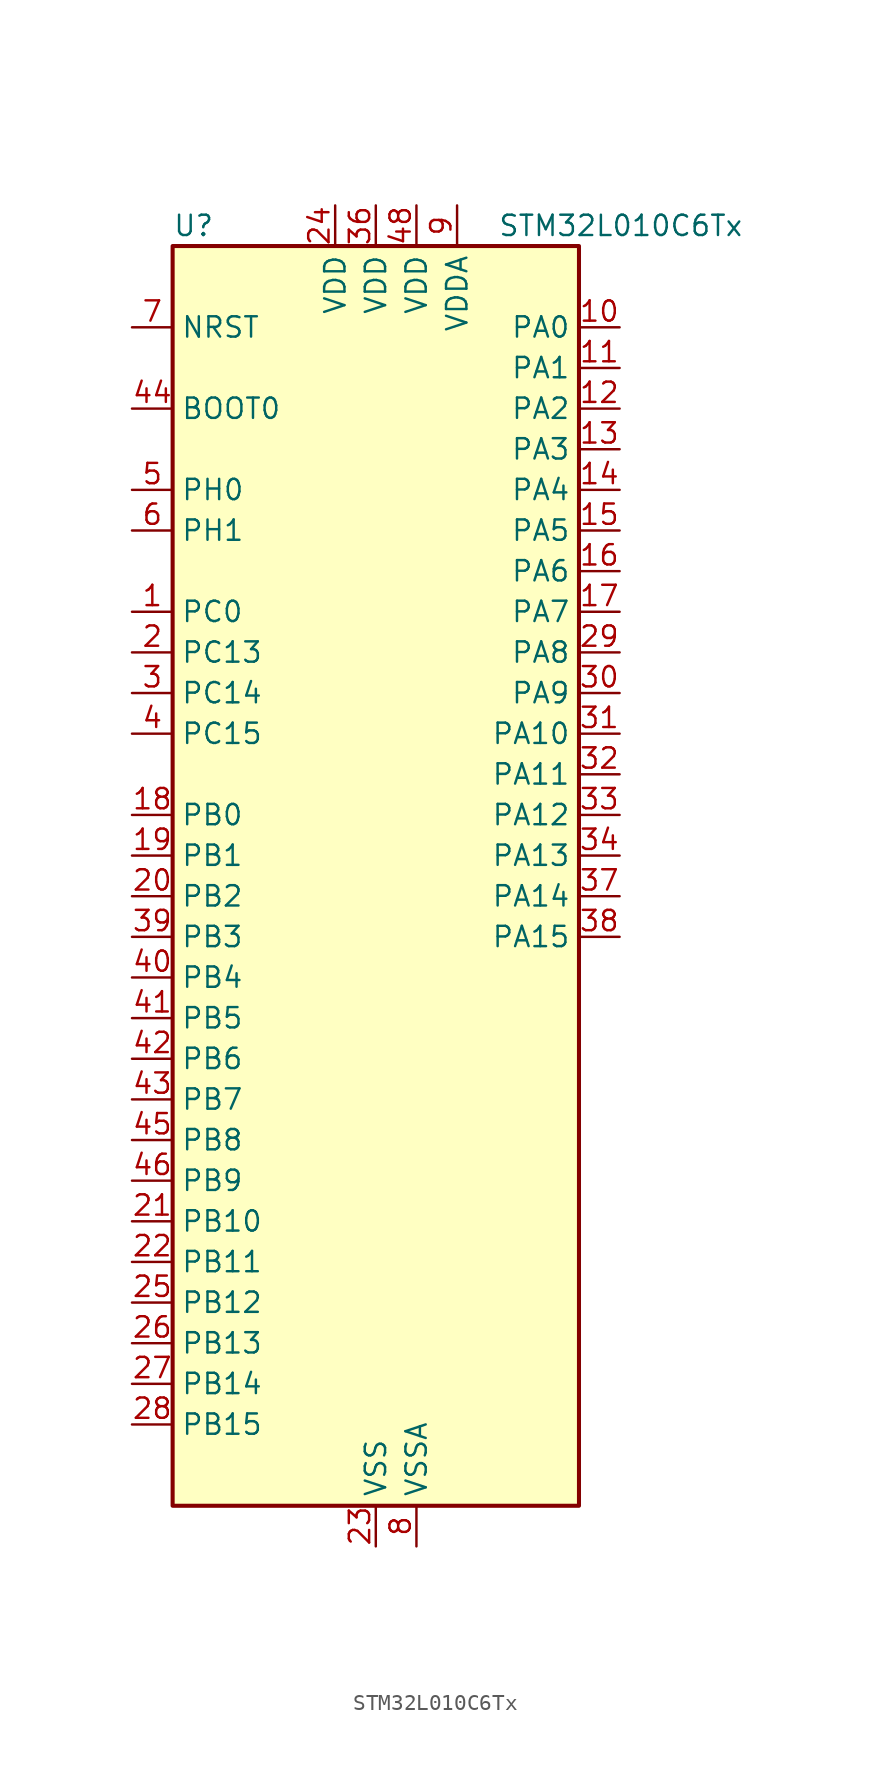
<source format=kicad_sym>
(kicad_symbol_lib
  (version 20241209)
  (generator "kicad_symbol_editor")
  (generator_version "9.0")
  (symbol "STM32L010C6Tx"
    (property "Reference" "U"
      (at -12.7 41.91 0)
      (effects (font (size 1.27 1.27)) (justify left)))
    (property "Value" "STM32L010C6Tx"
      (at 7.62 41.91 0)
      (effects (font (size 1.27 1.27)) (justify left)))
    (symbol "STM32L010C6Tx_0_1"
      (rectangle (start -12.7 -38.1) (end 12.7 40.64) (stroke (width 0.254) (type default)) (fill (type background))))
    (symbol "STM32L010C6Tx_1_1"
      (pin input line (at -15.24 35.56 0) (length 2.54) (name "NRST" (effects (font (size 1.27 1.27)))) (number "7" (effects (font (size 1.27 1.27)))))
      (pin input line (at -15.24 30.48 0) (length 2.54) (name "BOOT0" (effects (font (size 1.27 1.27)))) (number "44" (effects (font (size 1.27 1.27)))))
      (pin bidirectional line (at -15.24 25.4 0) (length 2.54) (name "PH0" (effects (font (size 1.27 1.27)))) (number "5" (effects (font (size 1.27 1.27)))) (alternate "RCC_OSC_IN" bidirectional line))
      (pin bidirectional line (at -15.24 22.86 0) (length 2.54) (name "PH1" (effects (font (size 1.27 1.27)))) (number "6" (effects (font (size 1.27 1.27)))) (alternate "RCC_OSC_OUT" bidirectional line))
      (pin bidirectional line (at -15.24 17.78 0) (length 2.54) (name "PC0" (effects (font (size 1.27 1.27)))) (number "1" (effects (font (size 1.27 1.27)))) (alternate "LPTIM1_IN1" bidirectional line) (alternate "LPUART1_RX" bidirectional line))
      (pin bidirectional line (at -15.24 15.24 0) (length 2.54) (name "PC13" (effects (font (size 1.27 1.27)))) (number "2" (effects (font (size 1.27 1.27)))) (alternate "RTC_TAMP1" bidirectional line) (alternate "SYS_WKUP2" bidirectional line))
      (pin bidirectional line (at -15.24 12.7 0) (length 2.54) (name "PC14" (effects (font (size 1.27 1.27)))) (number "3" (effects (font (size 1.27 1.27)))) (alternate "RCC_OSC32_IN" bidirectional line))
      (pin bidirectional line (at -15.24 10.16 0) (length 2.54) (name "PC15" (effects (font (size 1.27 1.27)))) (number "4" (effects (font (size 1.27 1.27)))) (alternate "RCC_OSC32_OUT" bidirectional line))
      (pin bidirectional line (at -15.24 5.08 0) (length 2.54) (name "PB0" (effects (font (size 1.27 1.27)))) (number "18" (effects (font (size 1.27 1.27)))) (alternate "ADC_IN8" bidirectional line) (alternate "SPI1_MISO" bidirectional line) (alternate "SYS_VREF_OUT_PB0" bidirectional line) (alternate "TIM2_CH3" bidirectional line) (alternate "USART2_DE" bidirectional line) (alternate "USART2_RTS" bidirectional line))
      (pin bidirectional line (at -15.24 2.54 0) (length 2.54) (name "PB1" (effects (font (size 1.27 1.27)))) (number "19" (effects (font (size 1.27 1.27)))) (alternate "ADC_IN9" bidirectional line) (alternate "LPUART1_DE" bidirectional line) (alternate "LPUART1_RTS" bidirectional line) (alternate "SPI1_MOSI" bidirectional line) (alternate "SYS_VREF_OUT_PB1" bidirectional line) (alternate "TIM2_CH4" bidirectional line) (alternate "USART2_CK" bidirectional line))
      (pin bidirectional line (at -15.24 0 0) (length 2.54) (name "PB2" (effects (font (size 1.27 1.27)))) (number "20" (effects (font (size 1.27 1.27)))) (alternate "LPTIM1_OUT" bidirectional line))
      (pin bidirectional line (at -15.24 -2.54 0) (length 2.54) (name "PB3" (effects (font (size 1.27 1.27)))) (number "39" (effects (font (size 1.27 1.27)))) (alternate "SPI1_SCK" bidirectional line) (alternate "TIM2_CH2" bidirectional line))
      (pin bidirectional line (at -15.24 -5.08 0) (length 2.54) (name "PB4" (effects (font (size 1.27 1.27)))) (number "40" (effects (font (size 1.27 1.27)))) (alternate "SPI1_MISO" bidirectional line))
      (pin bidirectional line (at -15.24 -7.62 0) (length 2.54) (name "PB5" (effects (font (size 1.27 1.27)))) (number "41" (effects (font (size 1.27 1.27)))) (alternate "I2C1_SMBA" bidirectional line) (alternate "LPTIM1_IN1" bidirectional line) (alternate "SPI1_MOSI" bidirectional line))
      (pin bidirectional line (at -15.24 -10.16 0) (length 2.54) (name "PB6" (effects (font (size 1.27 1.27)))) (number "42" (effects (font (size 1.27 1.27)))) (alternate "I2C1_SCL" bidirectional line) (alternate "LPTIM1_ETR" bidirectional line) (alternate "TIM21_CH1" bidirectional line) (alternate "USART2_TX" bidirectional line))
      (pin bidirectional line (at -15.24 -12.7 0) (length 2.54) (name "PB7" (effects (font (size 1.27 1.27)))) (number "43" (effects (font (size 1.27 1.27)))) (alternate "I2C1_SDA" bidirectional line) (alternate "LPTIM1_IN2" bidirectional line) (alternate "SYS_PVD_IN" bidirectional line) (alternate "USART2_RX" bidirectional line))
      (pin bidirectional line (at -15.24 -15.24 0) (length 2.54) (name "PB8" (effects (font (size 1.27 1.27)))) (number "45" (effects (font (size 1.27 1.27)))) (alternate "I2C1_SCL" bidirectional line))
      (pin bidirectional line (at -15.24 -17.78 0) (length 2.54) (name "PB9" (effects (font (size 1.27 1.27)))) (number "46" (effects (font (size 1.27 1.27)))) (alternate "I2C1_SDA" bidirectional line))
      (pin bidirectional line (at -15.24 -20.32 0) (length 2.54) (name "PB10" (effects (font (size 1.27 1.27)))) (number "21" (effects (font (size 1.27 1.27)))) (alternate "LPUART1_TX" bidirectional line) (alternate "TIM2_CH3" bidirectional line))
      (pin bidirectional line (at -15.24 -22.86 0) (length 2.54) (name "PB11" (effects (font (size 1.27 1.27)))) (number "22" (effects (font (size 1.27 1.27)))) (alternate "ADC_EXTI11" bidirectional line) (alternate "LPUART1_RX" bidirectional line) (alternate "TIM2_CH4" bidirectional line))
      (pin bidirectional line (at -15.24 -25.4 0) (length 2.54) (name "PB12" (effects (font (size 1.27 1.27)))) (number "25" (effects (font (size 1.27 1.27)))) (alternate "SPI1_NSS" bidirectional line))
      (pin bidirectional line (at -15.24 -27.94 0) (length 2.54) (name "PB13" (effects (font (size 1.27 1.27)))) (number "26" (effects (font (size 1.27 1.27)))) (alternate "LPUART1_CTS" bidirectional line) (alternate "RCC_MCO" bidirectional line) (alternate "SPI1_SCK" bidirectional line) (alternate "TIM21_CH1" bidirectional line))
      (pin bidirectional line (at -15.24 -30.48 0) (length 2.54) (name "PB14" (effects (font (size 1.27 1.27)))) (number "27" (effects (font (size 1.27 1.27)))) (alternate "LPUART1_DE" bidirectional line) (alternate "LPUART1_RTS" bidirectional line) (alternate "RTC_OUT_ALARM" bidirectional line) (alternate "RTC_OUT_CALIB" bidirectional line) (alternate "SPI1_MISO" bidirectional line) (alternate "TIM21_CH2" bidirectional line))
      (pin bidirectional line (at -15.24 -33.02 0) (length 2.54) (name "PB15" (effects (font (size 1.27 1.27)))) (number "28" (effects (font (size 1.27 1.27)))) (alternate "RTC_REFIN" bidirectional line) (alternate "SPI1_MOSI" bidirectional line))
      (pin power_in line (at -2.54 43.18 270) (length 2.54) (name "VDD" (effects (font (size 1.27 1.27)))) (number "24" (effects (font (size 1.27 1.27)))))
      (pin power_in line (at 0 43.18 270) (length 2.54) (name "VDD" (effects (font (size 1.27 1.27)))) (number "36" (effects (font (size 1.27 1.27)))))
      (pin power_in line (at 0 -40.64 90) (length 2.54) (name "VSS" (effects (font (size 1.27 1.27)))) (number "23" (effects (font (size 1.27 1.27)))))
      (pin passive line (at 0 -40.64 90) (length 2.54) (hide yes) (name "VSS" (effects (font (size 1.27 1.27)))) (number "35" (effects (font (size 1.27 1.27)))))
      (pin passive line (at 0 -40.64 90) (length 2.54) (hide yes) (name "VSS" (effects (font (size 1.27 1.27)))) (number "47" (effects (font (size 1.27 1.27)))))
      (pin power_in line (at 2.54 43.18 270) (length 2.54) (name "VDD" (effects (font (size 1.27 1.27)))) (number "48" (effects (font (size 1.27 1.27)))))
      (pin power_in line (at 2.54 -40.64 90) (length 2.54) (name "VSSA" (effects (font (size 1.27 1.27)))) (number "8" (effects (font (size 1.27 1.27)))))
      (pin power_in line (at 5.08 43.18 270) (length 2.54) (name "VDDA" (effects (font (size 1.27 1.27)))) (number "9" (effects (font (size 1.27 1.27)))))
      (pin bidirectional line (at 15.24 35.56 180) (length 2.54) (name "PA0" (effects (font (size 1.27 1.27)))) (number "10" (effects (font (size 1.27 1.27)))) (alternate "ADC_IN0" bidirectional line) (alternate "LPTIM1_IN1" bidirectional line) (alternate "RTC_TAMP2" bidirectional line) (alternate "SYS_WKUP1" bidirectional line) (alternate "TIM2_CH1" bidirectional line) (alternate "TIM2_ETR" bidirectional line) (alternate "USART2_CTS" bidirectional line))
      (pin bidirectional line (at 15.24 33.02 180) (length 2.54) (name "PA1" (effects (font (size 1.27 1.27)))) (number "11" (effects (font (size 1.27 1.27)))) (alternate "ADC_IN1" bidirectional line) (alternate "I2C1_SMBA" bidirectional line) (alternate "LPTIM1_IN2" bidirectional line) (alternate "TIM21_ETR" bidirectional line) (alternate "TIM2_CH2" bidirectional line) (alternate "USART2_DE" bidirectional line) (alternate "USART2_RTS" bidirectional line))
      (pin bidirectional line (at 15.24 30.48 180) (length 2.54) (name "PA2" (effects (font (size 1.27 1.27)))) (number "12" (effects (font (size 1.27 1.27)))) (alternate "ADC_IN2" bidirectional line) (alternate "LPUART1_TX" bidirectional line) (alternate "RTC_OUT_ALARM" bidirectional line) (alternate "RTC_OUT_CALIB" bidirectional line) (alternate "RTC_TAMP3" bidirectional line) (alternate "RTC_TS" bidirectional line) (alternate "SYS_WKUP3" bidirectional line) (alternate "TIM21_CH1" bidirectional line) (alternate "TIM2_CH3" bidirectional line) (alternate "USART2_TX" bidirectional line))
      (pin bidirectional line (at 15.24 27.94 180) (length 2.54) (name "PA3" (effects (font (size 1.27 1.27)))) (number "13" (effects (font (size 1.27 1.27)))) (alternate "ADC_IN3" bidirectional line) (alternate "LPUART1_RX" bidirectional line) (alternate "TIM21_CH2" bidirectional line) (alternate "TIM2_CH4" bidirectional line) (alternate "USART2_RX" bidirectional line))
      (pin bidirectional line (at 15.24 25.4 180) (length 2.54) (name "PA4" (effects (font (size 1.27 1.27)))) (number "14" (effects (font (size 1.27 1.27)))) (alternate "ADC_IN4" bidirectional line) (alternate "LPTIM1_IN1" bidirectional line) (alternate "SPI1_NSS" bidirectional line) (alternate "USART2_CK" bidirectional line))
      (pin bidirectional line (at 15.24 22.86 180) (length 2.54) (name "PA5" (effects (font (size 1.27 1.27)))) (number "15" (effects (font (size 1.27 1.27)))) (alternate "ADC_IN5" bidirectional line) (alternate "LPTIM1_IN2" bidirectional line) (alternate "SPI1_SCK" bidirectional line) (alternate "TIM2_CH1" bidirectional line) (alternate "TIM2_ETR" bidirectional line))
      (pin bidirectional line (at 15.24 20.32 180) (length 2.54) (name "PA6" (effects (font (size 1.27 1.27)))) (number "16" (effects (font (size 1.27 1.27)))) (alternate "ADC_IN6" bidirectional line) (alternate "LPTIM1_ETR" bidirectional line) (alternate "LPUART1_CTS" bidirectional line) (alternate "SPI1_MISO" bidirectional line))
      (pin bidirectional line (at 15.24 17.78 180) (length 2.54) (name "PA7" (effects (font (size 1.27 1.27)))) (number "17" (effects (font (size 1.27 1.27)))) (alternate "ADC_IN7" bidirectional line) (alternate "LPTIM1_OUT" bidirectional line) (alternate "SPI1_MOSI" bidirectional line) (alternate "USART2_CTS" bidirectional line))
      (pin bidirectional line (at 15.24 15.24 180) (length 2.54) (name "PA8" (effects (font (size 1.27 1.27)))) (number "29" (effects (font (size 1.27 1.27)))) (alternate "LPTIM1_IN1" bidirectional line) (alternate "RCC_MCO" bidirectional line) (alternate "TIM2_CH1" bidirectional line) (alternate "USART2_CK" bidirectional line))
      (pin bidirectional line (at 15.24 12.7 180) (length 2.54) (name "PA9" (effects (font (size 1.27 1.27)))) (number "30" (effects (font (size 1.27 1.27)))) (alternate "I2C1_SCL" bidirectional line) (alternate "RCC_MCO" bidirectional line) (alternate "USART2_TX" bidirectional line))
      (pin bidirectional line (at 15.24 10.16 180) (length 2.54) (name "PA10" (effects (font (size 1.27 1.27)))) (number "31" (effects (font (size 1.27 1.27)))) (alternate "I2C1_SDA" bidirectional line) (alternate "USART2_RX" bidirectional line))
      (pin bidirectional line (at 15.24 7.62 180) (length 2.54) (name "PA11" (effects (font (size 1.27 1.27)))) (number "32" (effects (font (size 1.27 1.27)))) (alternate "ADC_EXTI11" bidirectional line) (alternate "SPI1_MISO" bidirectional line) (alternate "TIM21_CH2" bidirectional line) (alternate "USART2_CTS" bidirectional line))
      (pin bidirectional line (at 15.24 5.08 180) (length 2.54) (name "PA12" (effects (font (size 1.27 1.27)))) (number "33" (effects (font (size 1.27 1.27)))) (alternate "SPI1_MOSI" bidirectional line) (alternate "USART2_DE" bidirectional line) (alternate "USART2_RTS" bidirectional line))
      (pin bidirectional line (at 15.24 2.54 180) (length 2.54) (name "PA13" (effects (font (size 1.27 1.27)))) (number "34" (effects (font (size 1.27 1.27)))) (alternate "LPTIM1_ETR" bidirectional line) (alternate "LPUART1_RX" bidirectional line) (alternate "SYS_SWDIO" bidirectional line))
      (pin bidirectional line (at 15.24 0 180) (length 2.54) (name "PA14" (effects (font (size 1.27 1.27)))) (number "37" (effects (font (size 1.27 1.27)))) (alternate "I2C1_SMBA" bidirectional line) (alternate "LPTIM1_OUT" bidirectional line) (alternate "LPUART1_TX" bidirectional line) (alternate "SYS_SWCLK" bidirectional line) (alternate "USART2_TX" bidirectional line))
      (pin bidirectional line (at 15.24 -2.54 180) (length 2.54) (name "PA15" (effects (font (size 1.27 1.27)))) (number "38" (effects (font (size 1.27 1.27)))) (alternate "SPI1_NSS" bidirectional line) (alternate "TIM2_CH1" bidirectional line) (alternate "TIM2_ETR" bidirectional line) (alternate "USART2_RX" bidirectional line)))))
</source>
